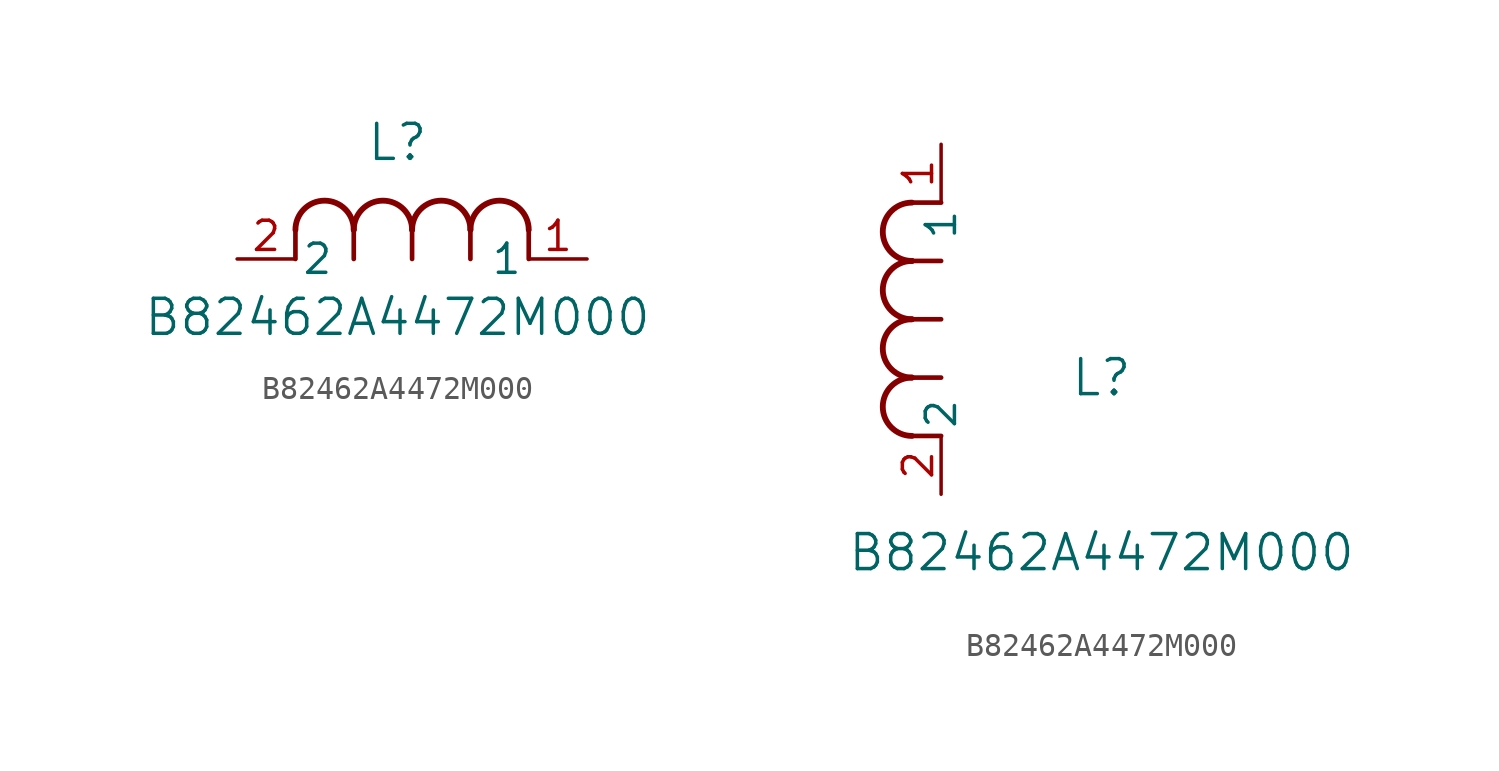
<source format=kicad_sym>
(kicad_symbol_lib
  (version 20211014)
  (generator kicad_symbol_editor)
  (symbol "B82462A4472M000"
    (pin_names
      (offset 0.254))
    (property "Reference" "L"
      (at 6.985 5.08 0)
      (effects (font (size 1.524 1.524))))
    (property "Value" "B82462A4472M000"
      (at 6.985 -2.54 0)
      (effects (font (size 1.524 1.524))))
    (symbol "B82462A4472M000_1_1"
      (arc (start 7.62 1.27) (mid 6.35 2.54) (end 5.08 1.27) (stroke (width 0.254) (type default) (color 0 0 0 0)) (fill (type none)))
      (polyline (pts (xy 5.08 0) (xy 5.08 1.27)) (stroke (width 0.203) (type default) (color 0 0 0 0)) (fill (type none)))
      (polyline (pts (xy 7.62 0) (xy 7.62 1.27)) (stroke (width 0.203) (type default) (color 0 0 0 0)) (fill (type none)))
      (polyline (pts (xy 12.7 0) (xy 12.7 1.27)) (stroke (width 0.203) (type default) (color 0 0 0 0)) (fill (type none)))
      (arc (start 5.08 1.27) (mid 3.81 2.54) (end 2.54 1.27) (stroke (width 0.254) (type default) (color 0 0 0 0)) (fill (type none)))
      (arc (start 10.16 1.27) (mid 8.89 2.54) (end 7.62 1.27) (stroke (width 0.254) (type default) (color 0 0 0 0)) (fill (type none)))
      (arc (start 12.7 1.27) (mid 11.43 2.54) (end 10.16 1.27) (stroke (width 0.254) (type default) (color 0 0 0 0)) (fill (type none)))
      (polyline (pts (xy 2.54 0) (xy 2.54 1.27)) (stroke (width 0.203) (type default) (color 0 0 0 0)) (fill (type none)))
      (polyline (pts (xy 10.16 0) (xy 10.16 1.27)) (stroke (width 0.203) (type default) (color 0 0 0 0)) (fill (type none)))
      (pin unspecified line (at 0 0 0) (length 2.54) (name "2" (effects (font (size 1.27 1.27)))) (number "2" (effects (font (size 1.27 1.27)))))
      (pin unspecified line (at 15.24 0 180) (length 2.54) (name "1" (effects (font (size 1.27 1.27)))) (number "1" (effects (font (size 1.27 1.27))))))
    (symbol "B82462A4472M000_1_2"
      (arc (start -1.27 7.62) (mid -2.54 6.35) (end -1.27 5.08) (stroke (width 0.254) (type default) (color 0 0 0 0)) (fill (type none)))
      (arc (start -1.27 5.08) (mid -2.54 3.81) (end -1.27 2.54) (stroke (width 0.254) (type default) (color 0 0 0 0)) (fill (type none)))
      (arc (start -1.27 12.7) (mid -2.54 11.43) (end -1.27 10.16) (stroke (width 0.254) (type default) (color 0 0 0 0)) (fill (type none)))
      (arc (start -1.27 10.16) (mid -2.54 8.89) (end -1.27 7.62) (stroke (width 0.254) (type default) (color 0 0 0 0)) (fill (type none)))
      (polyline (pts (xy 0 7.62) (xy -1.27 7.62)) (stroke (width 0.203) (type default) (color 0 0 0 0)) (fill (type none)))
      (polyline (pts (xy 0 5.08) (xy -1.27 5.08)) (stroke (width 0.203) (type default) (color 0 0 0 0)) (fill (type none)))
      (polyline (pts (xy 0 12.7) (xy -1.27 12.7)) (stroke (width 0.203) (type default) (color 0 0 0 0)) (fill (type none)))
      (polyline (pts (xy 0 2.54) (xy -1.27 2.54)) (stroke (width 0.203) (type default) (color 0 0 0 0)) (fill (type none)))
      (polyline (pts (xy 0 10.16) (xy -1.27 10.16)) (stroke (width 0.203) (type default) (color 0 0 0 0)) (fill (type none)))
      (pin unspecified line (at 0 0 90) (length 2.54) (name "2" (effects (font (size 1.27 1.27)))) (number "2" (effects (font (size 1.27 1.27)))))
      (pin unspecified line (at 0 15.24 270) (length 2.54) (name "1" (effects (font (size 1.27 1.27)))) (number "1" (effects (font (size 1.27 1.27))))))))
</source>
